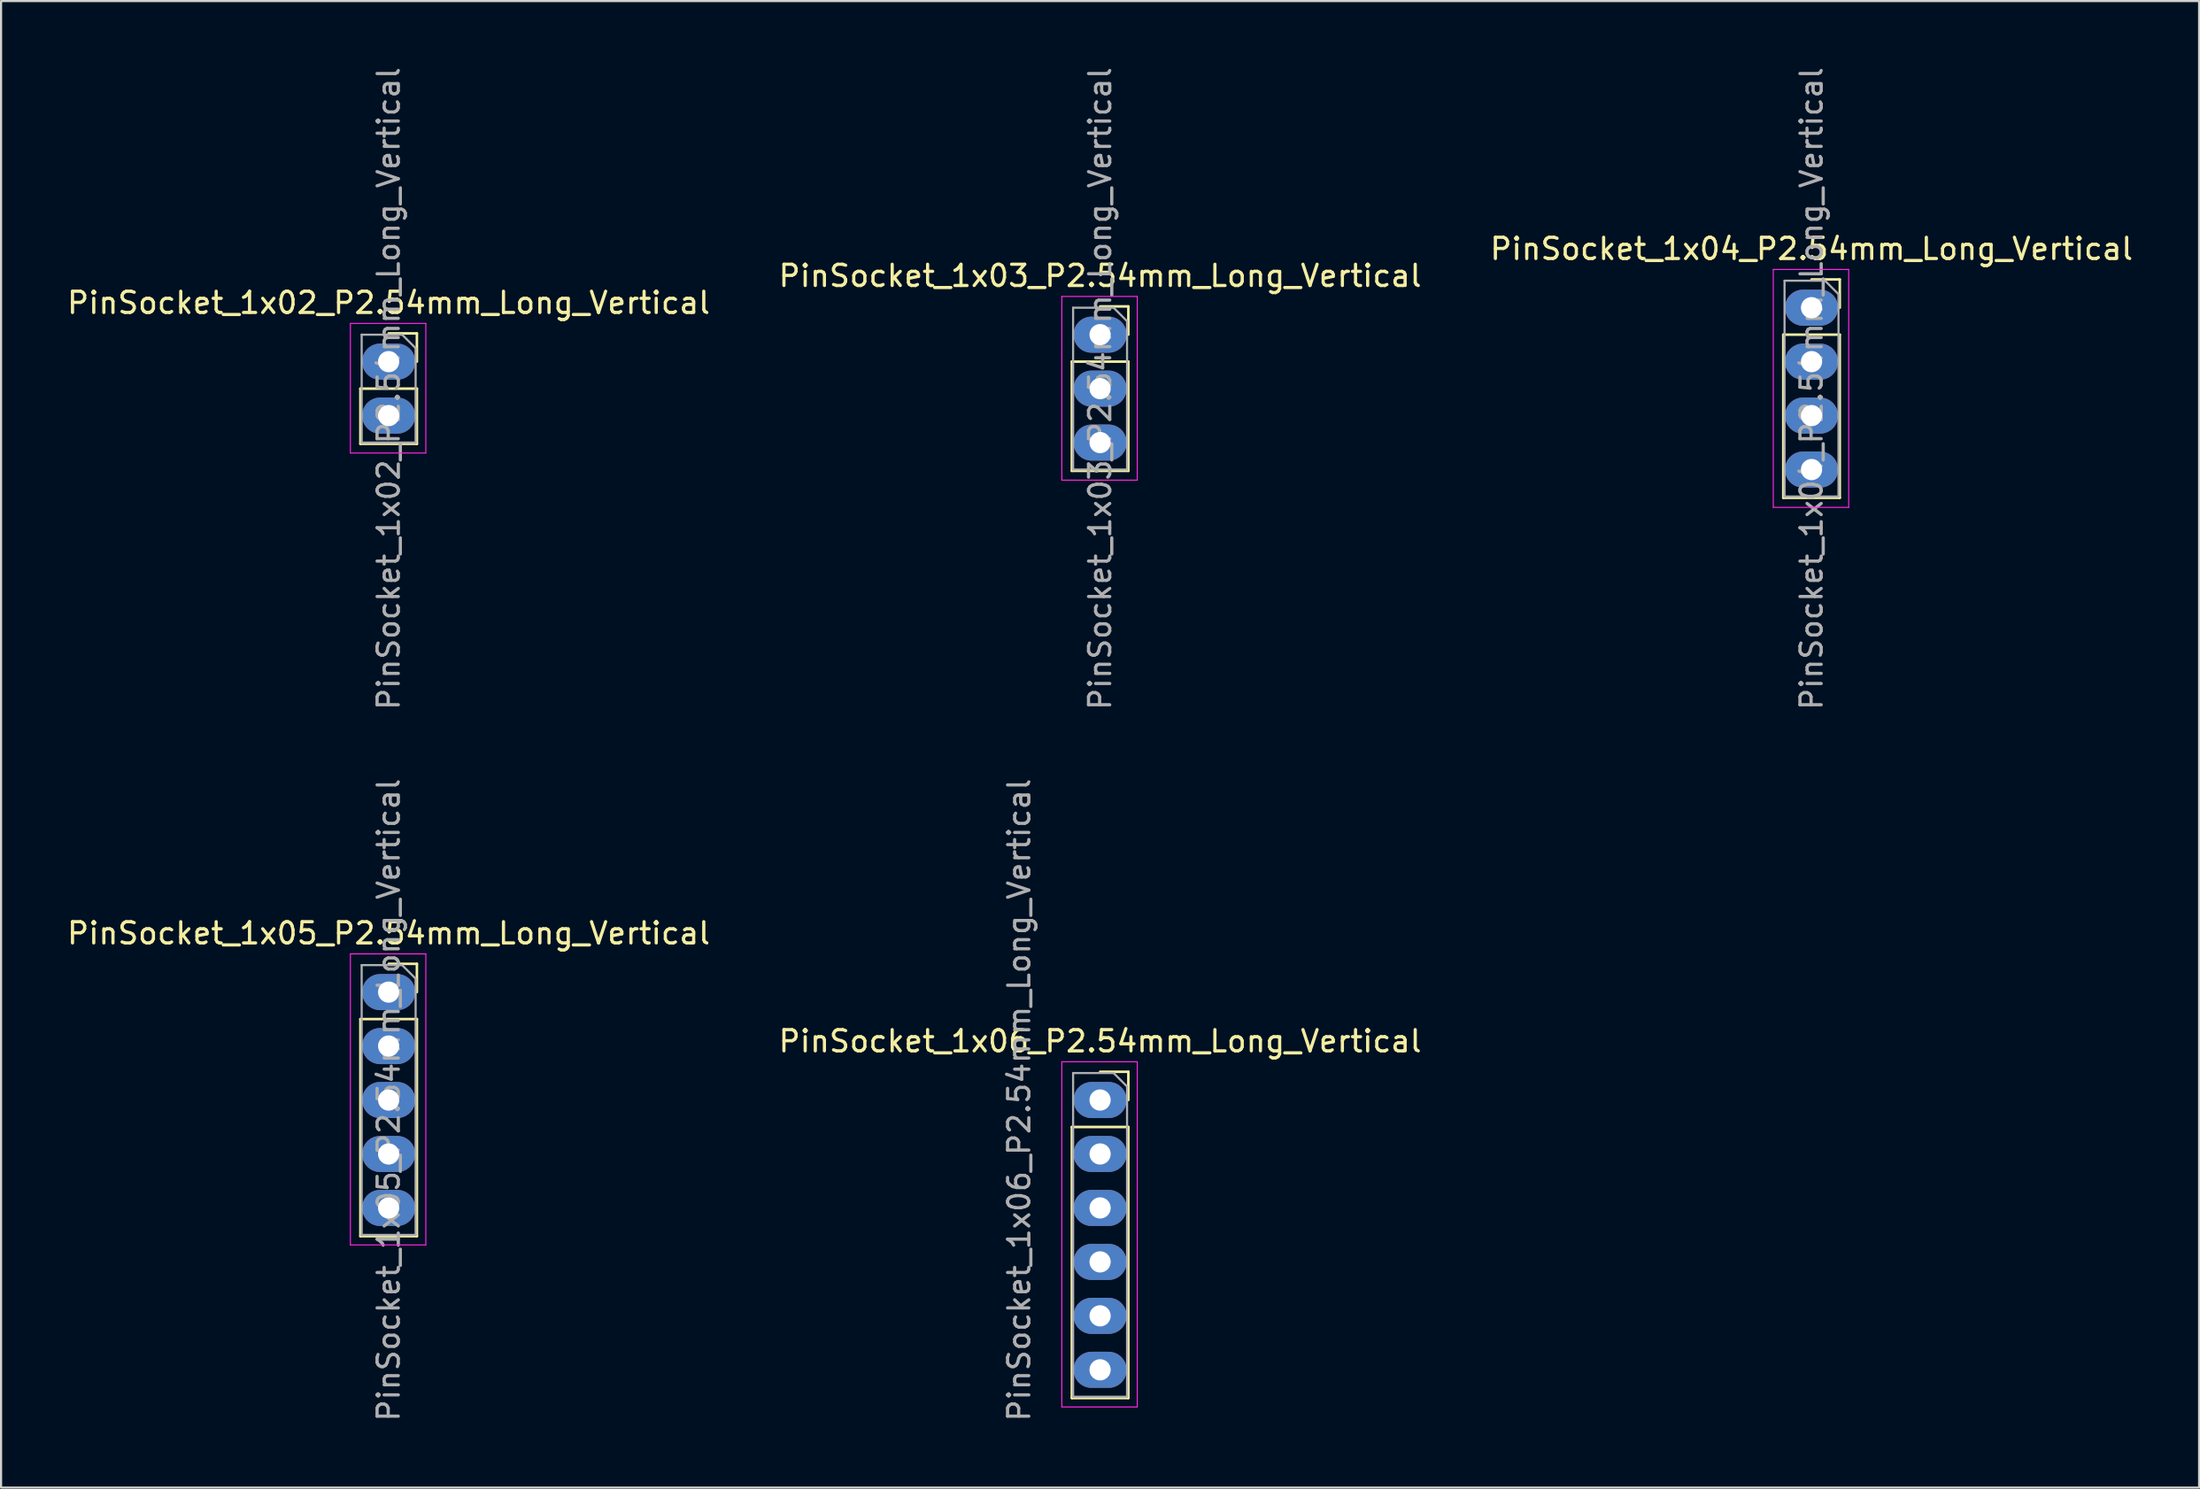
<source format=kicad_pcb>
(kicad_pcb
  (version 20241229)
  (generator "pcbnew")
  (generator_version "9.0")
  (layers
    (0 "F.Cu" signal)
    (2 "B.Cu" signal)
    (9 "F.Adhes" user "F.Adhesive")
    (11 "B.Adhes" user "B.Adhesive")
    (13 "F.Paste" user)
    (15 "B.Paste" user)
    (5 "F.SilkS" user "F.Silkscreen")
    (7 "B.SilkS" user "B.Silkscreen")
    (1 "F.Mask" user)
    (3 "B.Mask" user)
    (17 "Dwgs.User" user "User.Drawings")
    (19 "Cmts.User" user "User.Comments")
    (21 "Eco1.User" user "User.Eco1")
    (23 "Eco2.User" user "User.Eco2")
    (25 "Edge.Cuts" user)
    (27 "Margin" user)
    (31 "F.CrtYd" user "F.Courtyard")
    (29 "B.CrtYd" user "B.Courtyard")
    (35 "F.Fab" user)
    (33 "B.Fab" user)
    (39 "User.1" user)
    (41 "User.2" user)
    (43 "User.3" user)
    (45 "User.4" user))
  (footprint "PinSocket_1x06_P2.54mm_Long_Vertical"
    (layer "F.Cu")
    (at 48.732 48.732)
    (property "Reference" "PinSocket_1x06_P2.54mm_Long_Vertical" (at 0 -2.77 0) (layer "F.SilkS") (effects (font (size 1 1) (thickness 0.15))))
    (attr through_hole)
    (fp_line (start -1.33 1.27) (end -1.33 14.03) (stroke (width 0.12) (type solid)) (layer "F.SilkS"))
    (fp_line (start -1.33 1.27) (end 1.33 1.27) (stroke (width 0.12) (type solid)) (layer "F.SilkS"))
    (fp_line (start -1.33 14.03) (end 1.33 14.03) (stroke (width 0.12) (type solid)) (layer "F.SilkS"))
    (fp_line (start 0 -1.33) (end 1.33 -1.33) (stroke (width 0.12) (type solid)) (layer "F.SilkS"))
    (fp_line (start 1.33 -1.33) (end 1.33 0) (stroke (width 0.12) (type solid)) (layer "F.SilkS"))
    (fp_line (start 1.33 1.27) (end 1.33 14.03) (stroke (width 0.12) (type solid)) (layer "F.SilkS"))
    (fp_line (start -1.8 -1.8) (end 1.75 -1.8) (stroke (width 0.05) (type solid)) (layer "F.CrtYd"))
    (fp_line (start -1.8 14.45) (end -1.8 -1.8) (stroke (width 0.05) (type solid)) (layer "F.CrtYd"))
    (fp_line (start 1.75 -1.8) (end 1.75 14.45) (stroke (width 0.05) (type solid)) (layer "F.CrtYd"))
    (fp_line (start 1.75 14.45) (end -1.8 14.45) (stroke (width 0.05) (type solid)) (layer "F.CrtYd"))
    (fp_line (start -1.27 -1.27) (end 0.635 -1.27) (stroke (width 0.1) (type solid)) (layer "F.Fab"))
    (fp_line (start -1.27 13.97) (end -1.27 -1.27) (stroke (width 0.1) (type solid)) (layer "F.Fab"))
    (fp_line (start 0.635 -1.27) (end 1.27 -0.635) (stroke (width 0.1) (type solid)) (layer "F.Fab"))
    (fp_line (start 1.27 -0.635) (end 1.27 13.97) (stroke (width 0.1) (type solid)) (layer "F.Fab"))
    (fp_line (start 1.27 13.97) (end -1.27 13.97) (stroke (width 0.1) (type solid)) (layer "F.Fab"))
    (fp_text user "${REFERENCE}" (at -3.81 0 90) (layer "F.Fab") (effects (font (size 1 1) (thickness 0.15))))
    (pad "1" thru_hole oval (at 0 0) (size 2.5 1.7) (drill 1) (layers "*.Cu" "*.Mask"))
    (pad "2" thru_hole oval (at 0 2.54) (size 2.5 1.7) (drill 1) (layers "*.Cu" "*.Mask"))
    (pad "3" thru_hole oval (at 0 5.08) (size 2.5 1.7) (drill 1) (layers "*.Cu" "*.Mask"))
    (pad "4" thru_hole oval (at 0 7.62) (size 2.5 1.7) (drill 1) (layers "*.Cu" "*.Mask"))
    (pad "5" thru_hole oval (at 0 10.16) (size 2.5 1.7) (drill 1) (layers "*.Cu" "*.Mask"))
    (pad "6" thru_hole oval (at 0 12.7) (size 2.5 1.7) (drill 1) (layers "*.Cu" "*.Mask")))
  (footprint "PinSocket_1x02_P2.54mm_Long_Vertical"
    (layer "F.Cu")
    (at 15.244 13.974)
    (property "Reference" "PinSocket_1x02_P2.54mm_Long_Vertical" (at 0 -2.77 0) (layer "F.SilkS") (effects (font (size 1 1) (thickness 0.15))))
    (attr through_hole)
    (fp_line (start -1.33 1.27) (end -1.33 3.87) (stroke (width 0.12) (type solid)) (layer "F.SilkS"))
    (fp_line (start -1.33 1.27) (end 1.33 1.27) (stroke (width 0.12) (type solid)) (layer "F.SilkS"))
    (fp_line (start -1.33 3.87) (end 1.33 3.87) (stroke (width 0.12) (type solid)) (layer "F.SilkS"))
    (fp_line (start 0 -1.33) (end 1.33 -1.33) (stroke (width 0.12) (type solid)) (layer "F.SilkS"))
    (fp_line (start 1.33 -1.33) (end 1.33 0) (stroke (width 0.12) (type solid)) (layer "F.SilkS"))
    (fp_line (start 1.33 1.27) (end 1.33 3.87) (stroke (width 0.12) (type solid)) (layer "F.SilkS"))
    (fp_line (start -1.8 -1.8) (end 1.75 -1.8) (stroke (width 0.05) (type solid)) (layer "F.CrtYd"))
    (fp_line (start -1.8 4.3) (end -1.8 -1.8) (stroke (width 0.05) (type solid)) (layer "F.CrtYd"))
    (fp_line (start 1.75 -1.8) (end 1.75 4.3) (stroke (width 0.05) (type solid)) (layer "F.CrtYd"))
    (fp_line (start 1.75 4.3) (end -1.8 4.3) (stroke (width 0.05) (type solid)) (layer "F.CrtYd"))
    (fp_line (start -1.27 -1.27) (end 0.635 -1.27) (stroke (width 0.1) (type solid)) (layer "F.Fab"))
    (fp_line (start -1.27 3.81) (end -1.27 -1.27) (stroke (width 0.1) (type solid)) (layer "F.Fab"))
    (fp_line (start 0.635 -1.27) (end 1.27 -0.635) (stroke (width 0.1) (type solid)) (layer "F.Fab"))
    (fp_line (start 1.27 -0.635) (end 1.27 3.81) (stroke (width 0.1) (type solid)) (layer "F.Fab"))
    (fp_line (start 1.27 3.81) (end -1.27 3.81) (stroke (width 0.1) (type solid)) (layer "F.Fab"))
    (fp_text user "${REFERENCE}" (at 0 1.27 90) (layer "F.Fab") (effects (font (size 1 1) (thickness 0.15))))
    (pad "1" thru_hole oval (at 0 0) (size 2.5 1.7) (drill 1) (layers "*.Cu" "*.Mask"))
    (pad "2" thru_hole oval (at 0 2.54) (size 2.5 1.7) (drill 1) (layers "*.Cu" "*.Mask")))
  (footprint "PinSocket_1x03_P2.54mm_Long_Vertical"
    (layer "F.Cu")
    (at 48.732 12.704)
    (property "Reference" "PinSocket_1x03_P2.54mm_Long_Vertical" (at 0 -2.77 0) (layer "F.SilkS") (effects (font (size 1 1) (thickness 0.15))))
    (attr through_hole)
    (fp_line (start -1.33 1.27) (end -1.33 6.41) (stroke (width 0.12) (type solid)) (layer "F.SilkS"))
    (fp_line (start -1.33 1.27) (end 1.33 1.27) (stroke (width 0.12) (type solid)) (layer "F.SilkS"))
    (fp_line (start -1.33 6.41) (end 1.33 6.41) (stroke (width 0.12) (type solid)) (layer "F.SilkS"))
    (fp_line (start 0 -1.33) (end 1.33 -1.33) (stroke (width 0.12) (type solid)) (layer "F.SilkS"))
    (fp_line (start 1.33 -1.33) (end 1.33 0) (stroke (width 0.12) (type solid)) (layer "F.SilkS"))
    (fp_line (start 1.33 1.27) (end 1.33 6.41) (stroke (width 0.12) (type solid)) (layer "F.SilkS"))
    (fp_line (start -1.8 -1.8) (end 1.75 -1.8) (stroke (width 0.05) (type solid)) (layer "F.CrtYd"))
    (fp_line (start -1.8 6.85) (end -1.8 -1.8) (stroke (width 0.05) (type solid)) (layer "F.CrtYd"))
    (fp_line (start 1.75 -1.8) (end 1.75 6.85) (stroke (width 0.05) (type solid)) (layer "F.CrtYd"))
    (fp_line (start 1.75 6.85) (end -1.8 6.85) (stroke (width 0.05) (type solid)) (layer "F.CrtYd"))
    (fp_line (start -1.27 -1.27) (end 0.635 -1.27) (stroke (width 0.1) (type solid)) (layer "F.Fab"))
    (fp_line (start -1.27 6.35) (end -1.27 -1.27) (stroke (width 0.1) (type solid)) (layer "F.Fab"))
    (fp_line (start 0.635 -1.27) (end 1.27 -0.635) (stroke (width 0.1) (type solid)) (layer "F.Fab"))
    (fp_line (start 1.27 -0.635) (end 1.27 6.35) (stroke (width 0.1) (type solid)) (layer "F.Fab"))
    (fp_line (start 1.27 6.35) (end -1.27 6.35) (stroke (width 0.1) (type solid)) (layer "F.Fab"))
    (fp_text user "${REFERENCE}" (at 0 2.54 90) (layer "F.Fab") (effects (font (size 1 1) (thickness 0.15))))
    (pad "1" thru_hole oval (at 0 0) (size 2.5 1.7) (drill 1) (layers "*.Cu" "*.Mask"))
    (pad "2" thru_hole oval (at 0 2.54) (size 2.5 1.7) (drill 1) (layers "*.Cu" "*.Mask"))
    (pad "3" thru_hole oval (at 0 5.08) (size 2.5 1.7) (drill 1) (layers "*.Cu" "*.Mask")))
  (footprint "PinSocket_1x05_P2.54mm_Long_Vertical"
    (layer "F.Cu")
    (at 15.244 43.652)
    (property "Reference" "PinSocket_1x05_P2.54mm_Long_Vertical" (at 0 -2.77 0) (layer "F.SilkS") (effects (font (size 1 1) (thickness 0.15))))
    (attr through_hole)
    (fp_line (start -1.33 1.27) (end -1.33 11.49) (stroke (width 0.12) (type solid)) (layer "F.SilkS"))
    (fp_line (start -1.33 1.27) (end 1.33 1.27) (stroke (width 0.12) (type solid)) (layer "F.SilkS"))
    (fp_line (start -1.33 11.49) (end 1.33 11.49) (stroke (width 0.12) (type solid)) (layer "F.SilkS"))
    (fp_line (start 0 -1.33) (end 1.33 -1.33) (stroke (width 0.12) (type solid)) (layer "F.SilkS"))
    (fp_line (start 1.33 -1.33) (end 1.33 0) (stroke (width 0.12) (type solid)) (layer "F.SilkS"))
    (fp_line (start 1.33 1.27) (end 1.33 11.49) (stroke (width 0.12) (type solid)) (layer "F.SilkS"))
    (fp_line (start -1.8 -1.8) (end 1.75 -1.8) (stroke (width 0.05) (type solid)) (layer "F.CrtYd"))
    (fp_line (start -1.8 11.9) (end -1.8 -1.8) (stroke (width 0.05) (type solid)) (layer "F.CrtYd"))
    (fp_line (start 1.75 -1.8) (end 1.75 11.9) (stroke (width 0.05) (type solid)) (layer "F.CrtYd"))
    (fp_line (start 1.75 11.9) (end -1.8 11.9) (stroke (width 0.05) (type solid)) (layer "F.CrtYd"))
    (fp_line (start -1.27 -1.27) (end 0.635 -1.27) (stroke (width 0.1) (type solid)) (layer "F.Fab"))
    (fp_line (start -1.27 11.43) (end -1.27 -1.27) (stroke (width 0.1) (type solid)) (layer "F.Fab"))
    (fp_line (start 0.635 -1.27) (end 1.27 -0.635) (stroke (width 0.1) (type solid)) (layer "F.Fab"))
    (fp_line (start 1.27 -0.635) (end 1.27 11.43) (stroke (width 0.1) (type solid)) (layer "F.Fab"))
    (fp_line (start 1.27 11.43) (end -1.27 11.43) (stroke (width 0.1) (type solid)) (layer "F.Fab"))
    (fp_text user "${REFERENCE}" (at 0 5.08 90) (layer "F.Fab") (effects (font (size 1 1) (thickness 0.15))))
    (pad "1" thru_hole oval (at 0 0) (size 2.5 1.7) (drill 1) (layers "*.Cu" "*.Mask"))
    (pad "2" thru_hole oval (at 0 2.54) (size 2.5 1.7) (drill 1) (layers "*.Cu" "*.Mask"))
    (pad "3" thru_hole oval (at 0 5.08) (size 2.5 1.7) (drill 1) (layers "*.Cu" "*.Mask"))
    (pad "4" thru_hole oval (at 0 7.62) (size 2.5 1.7) (drill 1) (layers "*.Cu" "*.Mask"))
    (pad "5" thru_hole oval (at 0 10.16) (size 2.5 1.7) (drill 1) (layers "*.Cu" "*.Mask")))
  (footprint "PinSocket_1x04_P2.54mm_Long_Vertical"
    (layer "F.Cu")
    (at 82.22 11.434)
    (property "Reference" "PinSocket_1x04_P2.54mm_Long_Vertical" (at 0 -2.77 0) (layer "F.SilkS") (effects (font (size 1 1) (thickness 0.15))))
    (attr through_hole)
    (fp_line (start -1.33 1.27) (end -1.33 8.95) (stroke (width 0.12) (type solid)) (layer "F.SilkS"))
    (fp_line (start -1.33 1.27) (end 1.33 1.27) (stroke (width 0.12) (type solid)) (layer "F.SilkS"))
    (fp_line (start -1.33 8.95) (end 1.33 8.95) (stroke (width 0.12) (type solid)) (layer "F.SilkS"))
    (fp_line (start 0 -1.33) (end 1.33 -1.33) (stroke (width 0.12) (type solid)) (layer "F.SilkS"))
    (fp_line (start 1.33 -1.33) (end 1.33 0) (stroke (width 0.12) (type solid)) (layer "F.SilkS"))
    (fp_line (start 1.33 1.27) (end 1.33 8.95) (stroke (width 0.12) (type solid)) (layer "F.SilkS"))
    (fp_line (start -1.8 -1.8) (end 1.75 -1.8) (stroke (width 0.05) (type solid)) (layer "F.CrtYd"))
    (fp_line (start -1.8 9.4) (end -1.8 -1.8) (stroke (width 0.05) (type solid)) (layer "F.CrtYd"))
    (fp_line (start 1.75 -1.8) (end 1.75 9.4) (stroke (width 0.05) (type solid)) (layer "F.CrtYd"))
    (fp_line (start 1.75 9.4) (end -1.8 9.4) (stroke (width 0.05) (type solid)) (layer "F.CrtYd"))
    (fp_line (start -1.27 -1.27) (end 0.635 -1.27) (stroke (width 0.1) (type solid)) (layer "F.Fab"))
    (fp_line (start -1.27 8.89) (end -1.27 -1.27) (stroke (width 0.1) (type solid)) (layer "F.Fab"))
    (fp_line (start 0.635 -1.27) (end 1.27 -0.635) (stroke (width 0.1) (type solid)) (layer "F.Fab"))
    (fp_line (start 1.27 -0.635) (end 1.27 8.89) (stroke (width 0.1) (type solid)) (layer "F.Fab"))
    (fp_line (start 1.27 8.89) (end -1.27 8.89) (stroke (width 0.1) (type solid)) (layer "F.Fab"))
    (fp_text user "${REFERENCE}" (at 0 3.81 90) (layer "F.Fab") (effects (font (size 1 1) (thickness 0.15))))
    (pad "1" thru_hole oval (at 0 0) (size 2.5 1.7) (drill 1) (layers "*.Cu" "*.Mask"))
    (pad "2" thru_hole oval (at 0 2.54) (size 2.5 1.7) (drill 1) (layers "*.Cu" "*.Mask"))
    (pad "3" thru_hole oval (at 0 5.08) (size 2.5 1.7) (drill 1) (layers "*.Cu" "*.Mask"))
    (pad "4" thru_hole oval (at 0 7.62) (size 2.5 1.7) (drill 1) (layers "*.Cu" "*.Mask")))
  (gr_rect
    (start -3 -3)
    (end 100.464 66.976)
    (stroke (width 0.1) (type default))
    (fill no)
    (layer "Edge.Cuts")))
</source>
